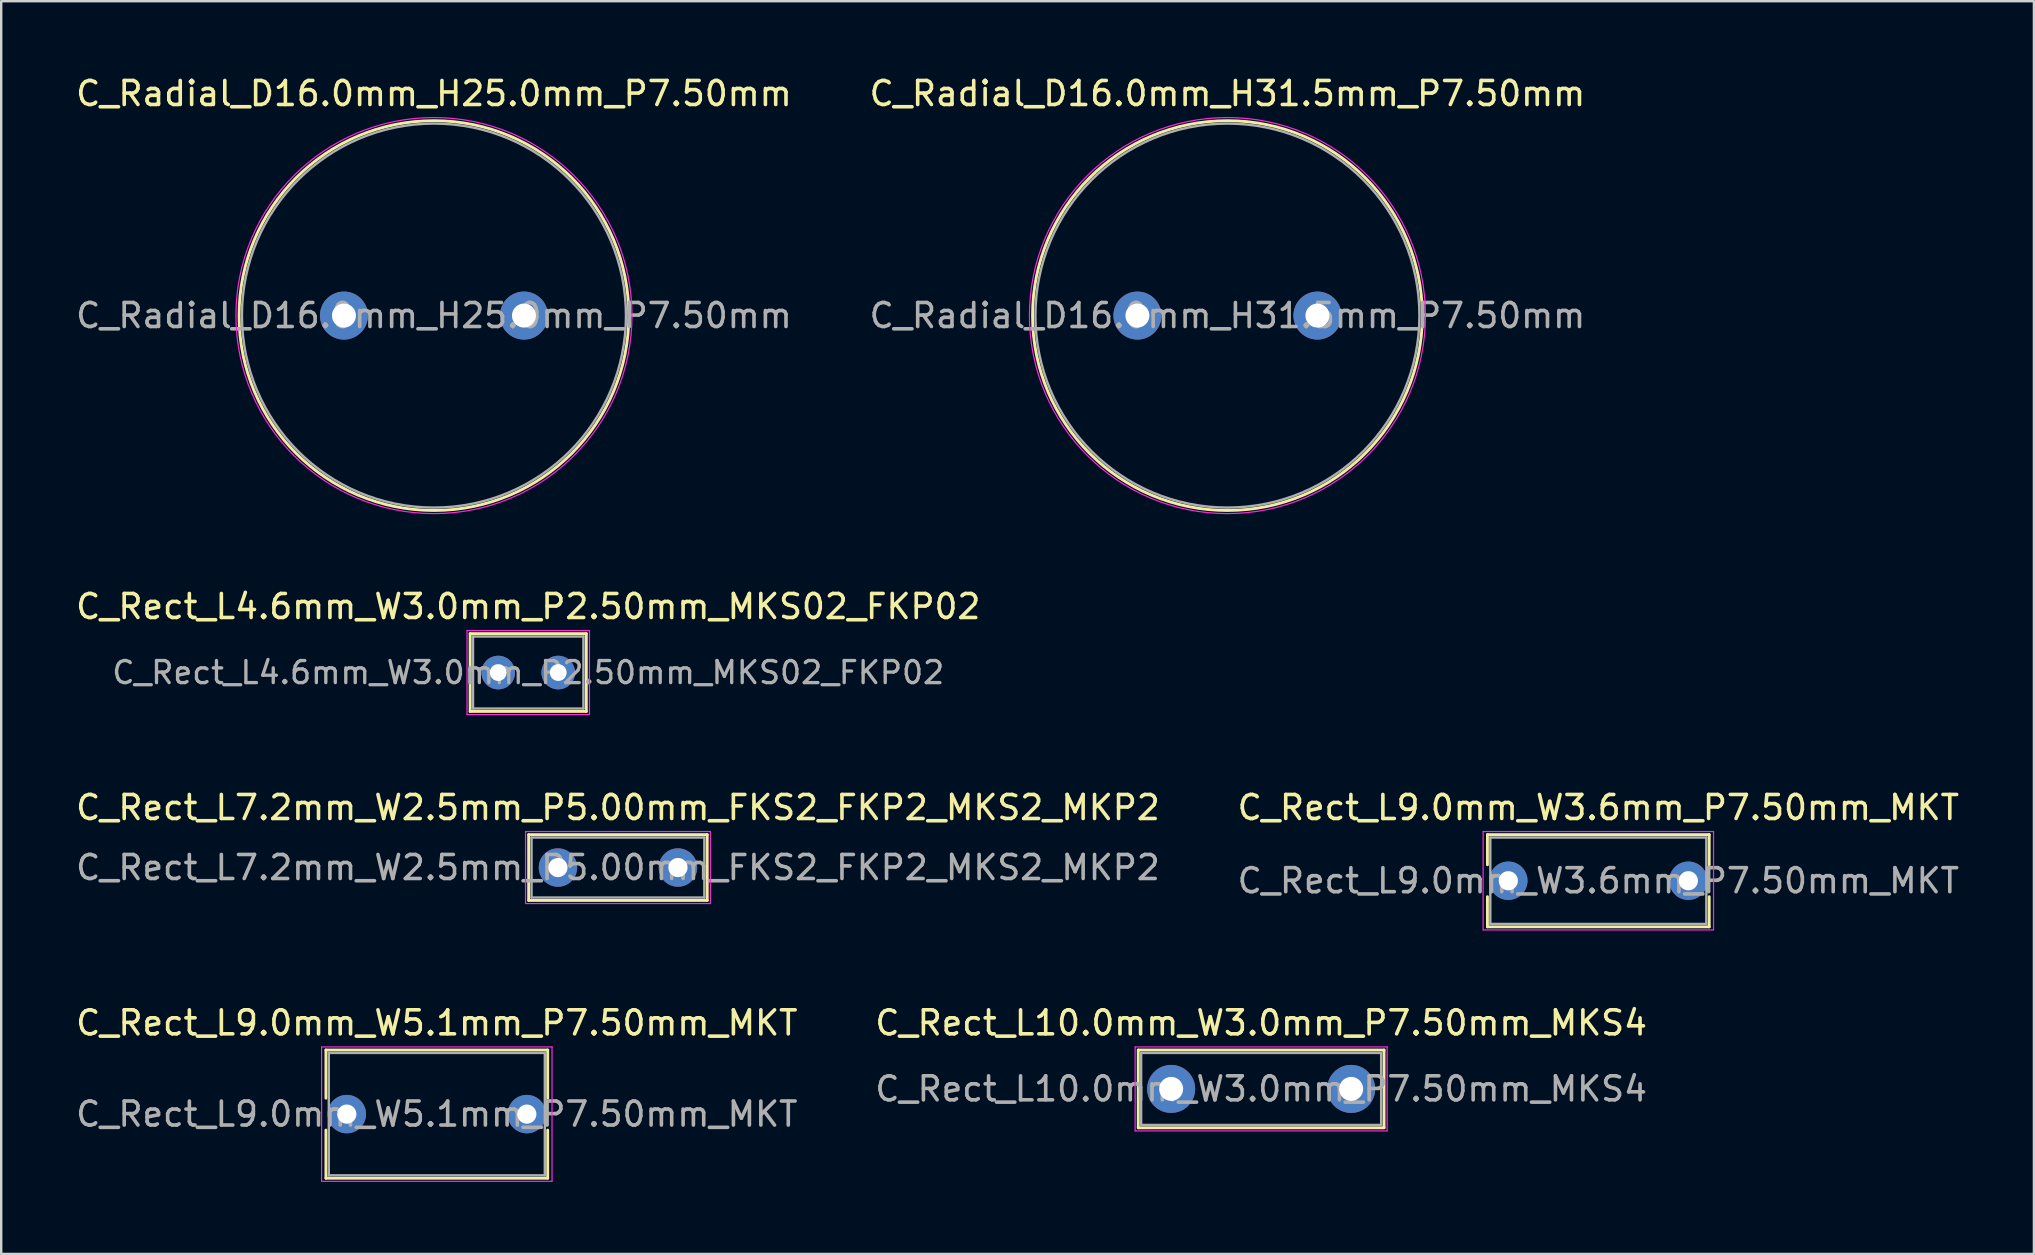
<source format=kicad_pcb>
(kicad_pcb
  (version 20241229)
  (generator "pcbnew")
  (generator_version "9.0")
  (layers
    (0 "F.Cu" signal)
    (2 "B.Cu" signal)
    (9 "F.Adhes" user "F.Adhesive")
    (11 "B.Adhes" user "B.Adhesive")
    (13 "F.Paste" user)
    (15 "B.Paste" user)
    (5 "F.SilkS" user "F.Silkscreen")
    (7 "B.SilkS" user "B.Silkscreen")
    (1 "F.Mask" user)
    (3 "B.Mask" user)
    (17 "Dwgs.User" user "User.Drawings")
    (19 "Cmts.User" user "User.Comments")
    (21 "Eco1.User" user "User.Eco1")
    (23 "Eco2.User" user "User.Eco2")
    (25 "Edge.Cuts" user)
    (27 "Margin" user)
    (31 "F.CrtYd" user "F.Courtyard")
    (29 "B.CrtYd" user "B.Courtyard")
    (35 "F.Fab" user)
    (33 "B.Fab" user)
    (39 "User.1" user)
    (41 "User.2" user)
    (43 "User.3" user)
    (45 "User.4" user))
  (footprint "C_Rect_L9.0mm_W3.6mm_P7.50mm_MKT"
    (layer "F.Cu")
    (at 59.792 33.645)
    (property "Reference" "C_Rect_L9.0mm_W3.6mm_P7.50mm_MKT" (at 3.75 -3.05 0) (layer "F.SilkS") (effects (font (size 1 1) (thickness 0.15))))
    (attr through_hole)
    (fp_line (start -0.87 -1.92) (end -0.87 -0.665) (stroke (width 0.12) (type solid)) (layer "F.SilkS"))
    (fp_line (start -0.87 -1.92) (end 8.37 -1.92) (stroke (width 0.12) (type solid)) (layer "F.SilkS"))
    (fp_line (start -0.87 0.665) (end -0.87 1.92) (stroke (width 0.12) (type solid)) (layer "F.SilkS"))
    (fp_line (start -0.87 1.92) (end 8.37 1.92) (stroke (width 0.12) (type solid)) (layer "F.SilkS"))
    (fp_line (start 8.37 -1.92) (end 8.37 -0.665) (stroke (width 0.12) (type solid)) (layer "F.SilkS"))
    (fp_line (start 8.37 0.665) (end 8.37 1.92) (stroke (width 0.12) (type solid)) (layer "F.SilkS"))
    (fp_line (start -1.05 -2.05) (end -1.05 2.05) (stroke (width 0.05) (type solid)) (layer "F.CrtYd"))
    (fp_line (start -1.05 2.05) (end 8.55 2.05) (stroke (width 0.05) (type solid)) (layer "F.CrtYd"))
    (fp_line (start 8.55 -2.05) (end -1.05 -2.05) (stroke (width 0.05) (type solid)) (layer "F.CrtYd"))
    (fp_line (start 8.55 2.05) (end 8.55 -2.05) (stroke (width 0.05) (type solid)) (layer "F.CrtYd"))
    (fp_line (start -0.75 -1.8) (end -0.75 1.8) (stroke (width 0.1) (type solid)) (layer "F.Fab"))
    (fp_line (start -0.75 1.8) (end 8.25 1.8) (stroke (width 0.1) (type solid)) (layer "F.Fab"))
    (fp_line (start 8.25 -1.8) (end -0.75 -1.8) (stroke (width 0.1) (type solid)) (layer "F.Fab"))
    (fp_line (start 8.25 1.8) (end 8.25 -1.8) (stroke (width 0.1) (type solid)) (layer "F.Fab"))
    (fp_text user "${REFERENCE}" (at 3.75 0 0) (layer "F.Fab") (effects (font (size 1 1) (thickness 0.15))))
    (pad "1" thru_hole circle (at 0 0) (size 1.6 1.6) (drill 0.8) (layers "*.Cu" "*.Mask"))
    (pad "2" thru_hole circle (at 7.5 0) (size 1.6 1.6) (drill 0.8) (layers "*.Cu" "*.Mask")))
  (footprint "C_Radial_D16.0mm_H31.5mm_P7.50mm"
    (layer "F.Cu")
    (at 44.339 10.098)
    (property "Reference" "C_Radial_D16.0mm_H31.5mm_P7.50mm" (at 3.75 -9.25 0) (layer "F.SilkS") (effects (font (size 1 1) (thickness 0.15))))
    (attr through_hole)
    (fp_circle (center 3.75 0) (end 11.87 0) (stroke (width 0.12) (type solid)) (fill no) (layer "F.SilkS"))
    (fp_circle (center 3.75 0) (end 12 0) (stroke (width 0.05) (type solid)) (fill no) (layer "F.CrtYd"))
    (fp_circle (center 3.75 0) (end 11.75 0) (stroke (width 0.1) (type solid)) (fill no) (layer "F.Fab"))
    (fp_text user "${REFERENCE}" (at 3.75 0 0) (layer "F.Fab") (effects (font (size 1 1) (thickness 0.15))))
    (pad "1" thru_hole circle (at 0 0) (size 2 2) (drill 1) (layers "*.Cu" "*.Mask"))
    (pad "2" thru_hole circle (at 7.5 0) (size 2 2) (drill 1) (layers "*.Cu" "*.Mask")))
  (footprint "C_Rect_L9.0mm_W5.1mm_P7.50mm_MKT"
    (layer "F.Cu")
    (at 11.399 43.368)
    (property "Reference" "C_Rect_L9.0mm_W5.1mm_P7.50mm_MKT" (at 3.75 -3.8 0) (layer "F.SilkS") (effects (font (size 1 1) (thickness 0.15))))
    (attr through_hole)
    (fp_line (start -0.87 -2.67) (end -0.87 -0.665) (stroke (width 0.12) (type solid)) (layer "F.SilkS"))
    (fp_line (start -0.87 -2.67) (end 8.37 -2.67) (stroke (width 0.12) (type solid)) (layer "F.SilkS"))
    (fp_line (start -0.87 0.665) (end -0.87 2.67) (stroke (width 0.12) (type solid)) (layer "F.SilkS"))
    (fp_line (start -0.87 2.67) (end 8.37 2.67) (stroke (width 0.12) (type solid)) (layer "F.SilkS"))
    (fp_line (start 8.37 -2.67) (end 8.37 -0.665) (stroke (width 0.12) (type solid)) (layer "F.SilkS"))
    (fp_line (start 8.37 0.665) (end 8.37 2.67) (stroke (width 0.12) (type solid)) (layer "F.SilkS"))
    (fp_line (start -1.05 -2.8) (end -1.05 2.8) (stroke (width 0.05) (type solid)) (layer "F.CrtYd"))
    (fp_line (start -1.05 2.8) (end 8.55 2.8) (stroke (width 0.05) (type solid)) (layer "F.CrtYd"))
    (fp_line (start 8.55 -2.8) (end -1.05 -2.8) (stroke (width 0.05) (type solid)) (layer "F.CrtYd"))
    (fp_line (start 8.55 2.8) (end 8.55 -2.8) (stroke (width 0.05) (type solid)) (layer "F.CrtYd"))
    (fp_line (start -0.75 -2.55) (end -0.75 2.55) (stroke (width 0.1) (type solid)) (layer "F.Fab"))
    (fp_line (start -0.75 2.55) (end 8.25 2.55) (stroke (width 0.1) (type solid)) (layer "F.Fab"))
    (fp_line (start 8.25 -2.55) (end -0.75 -2.55) (stroke (width 0.1) (type solid)) (layer "F.Fab"))
    (fp_line (start 8.25 2.55) (end 8.25 -2.55) (stroke (width 0.1) (type solid)) (layer "F.Fab"))
    (fp_text user "${REFERENCE}" (at 3.75 0 0) (layer "F.Fab") (effects (font (size 1 1) (thickness 0.15))))
    (pad "1" thru_hole circle (at 0 0) (size 1.6 1.6) (drill 0.8) (layers "*.Cu" "*.Mask"))
    (pad "2" thru_hole circle (at 7.5 0) (size 1.6 1.6) (drill 0.8) (layers "*.Cu" "*.Mask")))
  (footprint "C_Radial_D16.0mm_H25.0mm_P7.50mm"
    (layer "F.Cu")
    (at 11.28 10.098)
    (property "Reference" "C_Radial_D16.0mm_H25.0mm_P7.50mm" (at 3.75 -9.25 0) (layer "F.SilkS") (effects (font (size 1 1) (thickness 0.15))))
    (attr through_hole)
    (fp_circle (center 3.75 0) (end 11.87 0) (stroke (width 0.12) (type solid)) (fill no) (layer "F.SilkS"))
    (fp_circle (center 3.75 0) (end 12 0) (stroke (width 0.05) (type solid)) (fill no) (layer "F.CrtYd"))
    (fp_circle (center 3.75 0) (end 11.75 0) (stroke (width 0.1) (type solid)) (fill no) (layer "F.Fab"))
    (fp_text user "${REFERENCE}" (at 3.75 0 0) (layer "F.Fab") (effects (font (size 1 1) (thickness 0.15))))
    (pad "1" thru_hole circle (at 0 0) (size 2 2) (drill 1) (layers "*.Cu" "*.Mask"))
    (pad "2" thru_hole circle (at 7.5 0) (size 2 2) (drill 1) (layers "*.Cu" "*.Mask")))
  (footprint "C_Rect_L4.6mm_W3.0mm_P2.50mm_MKS02_FKP02"
    (layer "F.Cu")
    (at 17.708 24.971)
    (property "Reference" "C_Rect_L4.6mm_W3.0mm_P2.50mm_MKS02_FKP02" (at 1.25 -2.75 0) (layer "F.SilkS") (effects (font (size 1 1) (thickness 0.15))))
    (attr through_hole)
    (fp_line (start -1.17 -1.62) (end -1.17 1.62) (stroke (width 0.12) (type solid)) (layer "F.SilkS"))
    (fp_line (start -1.17 -1.62) (end 3.67 -1.62) (stroke (width 0.12) (type solid)) (layer "F.SilkS"))
    (fp_line (start -1.17 1.62) (end 3.67 1.62) (stroke (width 0.12) (type solid)) (layer "F.SilkS"))
    (fp_line (start 3.67 -1.62) (end 3.67 1.62) (stroke (width 0.12) (type solid)) (layer "F.SilkS"))
    (fp_line (start -1.3 -1.75) (end -1.3 1.75) (stroke (width 0.05) (type solid)) (layer "F.CrtYd"))
    (fp_line (start -1.3 1.75) (end 3.8 1.75) (stroke (width 0.05) (type solid)) (layer "F.CrtYd"))
    (fp_line (start 3.8 -1.75) (end -1.3 -1.75) (stroke (width 0.05) (type solid)) (layer "F.CrtYd"))
    (fp_line (start 3.8 1.75) (end 3.8 -1.75) (stroke (width 0.05) (type solid)) (layer "F.CrtYd"))
    (fp_line (start -1.05 -1.5) (end -1.05 1.5) (stroke (width 0.1) (type solid)) (layer "F.Fab"))
    (fp_line (start -1.05 1.5) (end 3.55 1.5) (stroke (width 0.1) (type solid)) (layer "F.Fab"))
    (fp_line (start 3.55 -1.5) (end -1.05 -1.5) (stroke (width 0.1) (type solid)) (layer "F.Fab"))
    (fp_line (start 3.55 1.5) (end 3.55 -1.5) (stroke (width 0.1) (type solid)) (layer "F.Fab"))
    (fp_text user "${REFERENCE}" (at 1.25 0 0) (layer "F.Fab") (effects (font (size 0.92 0.92) (thickness 0.138))))
    (pad "1" thru_hole circle (at 0 0) (size 1.4 1.4) (drill 0.7) (layers "*.Cu" "*.Mask"))
    (pad "2" thru_hole circle (at 2.5 0) (size 1.4 1.4) (drill 0.7) (layers "*.Cu" "*.Mask")))
  (footprint "C_Rect_L10.0mm_W3.0mm_P7.50mm_MKS4"
    (layer "F.Cu")
    (at 45.744 42.318)
    (property "Reference" "C_Rect_L10.0mm_W3.0mm_P7.50mm_MKS4" (at 3.75 -2.75 0) (layer "F.SilkS") (effects (font (size 1 1) (thickness 0.15))))
    (attr through_hole)
    (fp_line (start -1.37 -1.62) (end -1.37 1.62) (stroke (width 0.12) (type solid)) (layer "F.SilkS"))
    (fp_line (start -1.37 -1.62) (end 8.87 -1.62) (stroke (width 0.12) (type solid)) (layer "F.SilkS"))
    (fp_line (start -1.37 1.62) (end 8.87 1.62) (stroke (width 0.12) (type solid)) (layer "F.SilkS"))
    (fp_line (start 8.87 -1.62) (end 8.87 1.62) (stroke (width 0.12) (type solid)) (layer "F.SilkS"))
    (fp_line (start -1.5 -1.75) (end -1.5 1.75) (stroke (width 0.05) (type solid)) (layer "F.CrtYd"))
    (fp_line (start -1.5 1.75) (end 9 1.75) (stroke (width 0.05) (type solid)) (layer "F.CrtYd"))
    (fp_line (start 9 -1.75) (end -1.5 -1.75) (stroke (width 0.05) (type solid)) (layer "F.CrtYd"))
    (fp_line (start 9 1.75) (end 9 -1.75) (stroke (width 0.05) (type solid)) (layer "F.CrtYd"))
    (fp_line (start -1.25 -1.5) (end -1.25 1.5) (stroke (width 0.1) (type solid)) (layer "F.Fab"))
    (fp_line (start -1.25 1.5) (end 8.75 1.5) (stroke (width 0.1) (type solid)) (layer "F.Fab"))
    (fp_line (start 8.75 -1.5) (end -1.25 -1.5) (stroke (width 0.1) (type solid)) (layer "F.Fab"))
    (fp_line (start 8.75 1.5) (end 8.75 -1.5) (stroke (width 0.1) (type solid)) (layer "F.Fab"))
    (fp_text user "${REFERENCE}" (at 3.75 0 0) (layer "F.Fab") (effects (font (size 1 1) (thickness 0.15))))
    (pad "1" thru_hole circle (at 0 0) (size 2 2) (drill 1) (layers "*.Cu" "*.Mask"))
    (pad "2" thru_hole circle (at 7.5 0) (size 2 2) (drill 1) (layers "*.Cu" "*.Mask")))
  (footprint "C_Rect_L7.2mm_W2.5mm_P5.00mm_FKS2_FKP2_MKS2_MKP2"
    (layer "F.Cu")
    (at 20.196 33.095)
    (property "Reference" "C_Rect_L7.2mm_W2.5mm_P5.00mm_FKS2_FKP2_MKS2_MKP2" (at 2.5 -2.5 0) (layer "F.SilkS") (effects (font (size 1 1) (thickness 0.15))))
    (attr through_hole)
    (fp_line (start -1.22 -1.37) (end -1.22 1.37) (stroke (width 0.12) (type solid)) (layer "F.SilkS"))
    (fp_line (start -1.22 -1.37) (end 6.22 -1.37) (stroke (width 0.12) (type solid)) (layer "F.SilkS"))
    (fp_line (start -1.22 1.37) (end 6.22 1.37) (stroke (width 0.12) (type solid)) (layer "F.SilkS"))
    (fp_line (start 6.22 -1.37) (end 6.22 1.37) (stroke (width 0.12) (type solid)) (layer "F.SilkS"))
    (fp_line (start -1.35 -1.5) (end -1.35 1.5) (stroke (width 0.05) (type solid)) (layer "F.CrtYd"))
    (fp_line (start -1.35 1.5) (end 6.35 1.5) (stroke (width 0.05) (type solid)) (layer "F.CrtYd"))
    (fp_line (start 6.35 -1.5) (end -1.35 -1.5) (stroke (width 0.05) (type solid)) (layer "F.CrtYd"))
    (fp_line (start 6.35 1.5) (end 6.35 -1.5) (stroke (width 0.05) (type solid)) (layer "F.CrtYd"))
    (fp_line (start -1.1 -1.25) (end -1.1 1.25) (stroke (width 0.1) (type solid)) (layer "F.Fab"))
    (fp_line (start -1.1 1.25) (end 6.1 1.25) (stroke (width 0.1) (type solid)) (layer "F.Fab"))
    (fp_line (start 6.1 -1.25) (end -1.1 -1.25) (stroke (width 0.1) (type solid)) (layer "F.Fab"))
    (fp_line (start 6.1 1.25) (end 6.1 -1.25) (stroke (width 0.1) (type solid)) (layer "F.Fab"))
    (fp_text user "${REFERENCE}" (at 2.5 0 0) (layer "F.Fab") (effects (font (size 1 1) (thickness 0.15))))
    (pad "1" thru_hole circle (at 0 0) (size 1.6 1.6) (drill 0.8) (layers "*.Cu" "*.Mask"))
    (pad "2" thru_hole circle (at 5 0) (size 1.6 1.6) (drill 0.8) (layers "*.Cu" "*.Mask")))
  (gr_rect
    (start -3 -3)
    (end 81.69 49.193)
    (stroke (width 0.1) (type default))
    (fill no)
    (layer "Edge.Cuts")))
</source>
